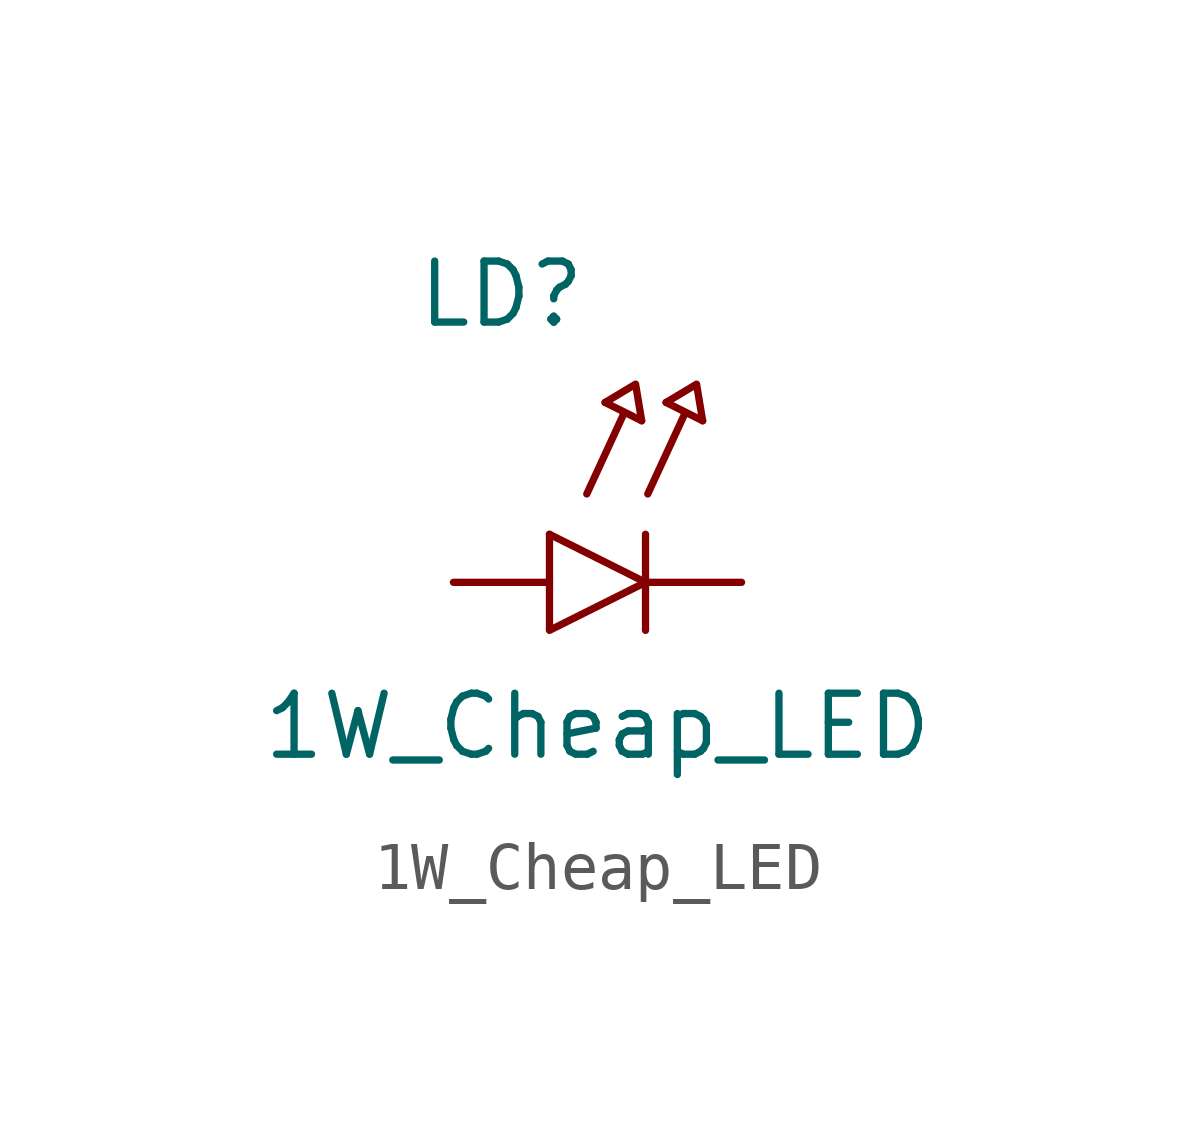
<source format=kicad_sym>
(kicad_symbol_lib
  (version 20211014)
  (generator kicad_symbol_editor)
  (symbol "1W_Cheap_LED"
    (pin_numbers hide)
    (pin_names
      (offset 0) hide)
    (property "Reference" "LD"
      (at -8 2 0)
      (effects (font (size 1.27 1.27))))
    (property "Value" "1W_Cheap_LED"
      (at -6 -7 0)
      (effects (font (size 1.27 1.27))))
    (symbol "1W_Cheap_LED_0_1"
      (polyline (pts (xy -7 -3) (xy -5 -4)) (stroke (width 0) (type default) (color 0 0 0 0)) (fill (type none)))
      (polyline (pts (xy -6.223 -2.159) (xy -5.461 -0.508)) (stroke (width 0) (type default) (color 0 0 0 0)) (fill (type none)))
      (polyline (pts (xy -5.842 -0.254) (xy -5.08 -0.635)) (stroke (width 0) (type default) (color 0 0 0 0)) (fill (type none)))
      (polyline (pts (xy -5 -3) (xy -5 -5)) (stroke (width 0) (type default) (color 0 0 0 0)) (fill (type none)))
      (polyline (pts (xy -4.953 -2.159) (xy -4.191 -0.508)) (stroke (width 0) (type default) (color 0 0 0 0)) (fill (type none)))
      (polyline (pts (xy -4.572 -0.254) (xy -3.81 -0.635)) (stroke (width 0) (type default) (color 0 0 0 0)) (fill (type none)))
      (polyline (pts (xy -7 -3) (xy -7 -5) (xy -5 -4)) (stroke (width 0) (type default) (color 0 0 0 0)) (fill (type none)))
      (polyline (pts (xy -5.842 -0.254) (xy -5.207 0.127) (xy -5.08 -0.635)) (stroke (width 0) (type default) (color 0 0 0 0)) (fill (type none)))
      (polyline (pts (xy -4.572 -0.254) (xy -3.937 0.127) (xy -3.81 -0.635)) (stroke (width 0) (type default) (color 0 0 0 0)) (fill (type none))))
    (symbol "1W_Cheap_LED_1_1"
      (pin passive line (at -9 -4 0) (length 2) (name "1" (effects (font (size 1.27 1.27)))) (number "1" (effects (font (size 1.27 1.27)))))
      (pin passive line (at -3 -4 180) (length 2) (name "2" (effects (font (size 1.27 1.27)))) (number "2" (effects (font (size 1.27 1.27))))))))
</source>
